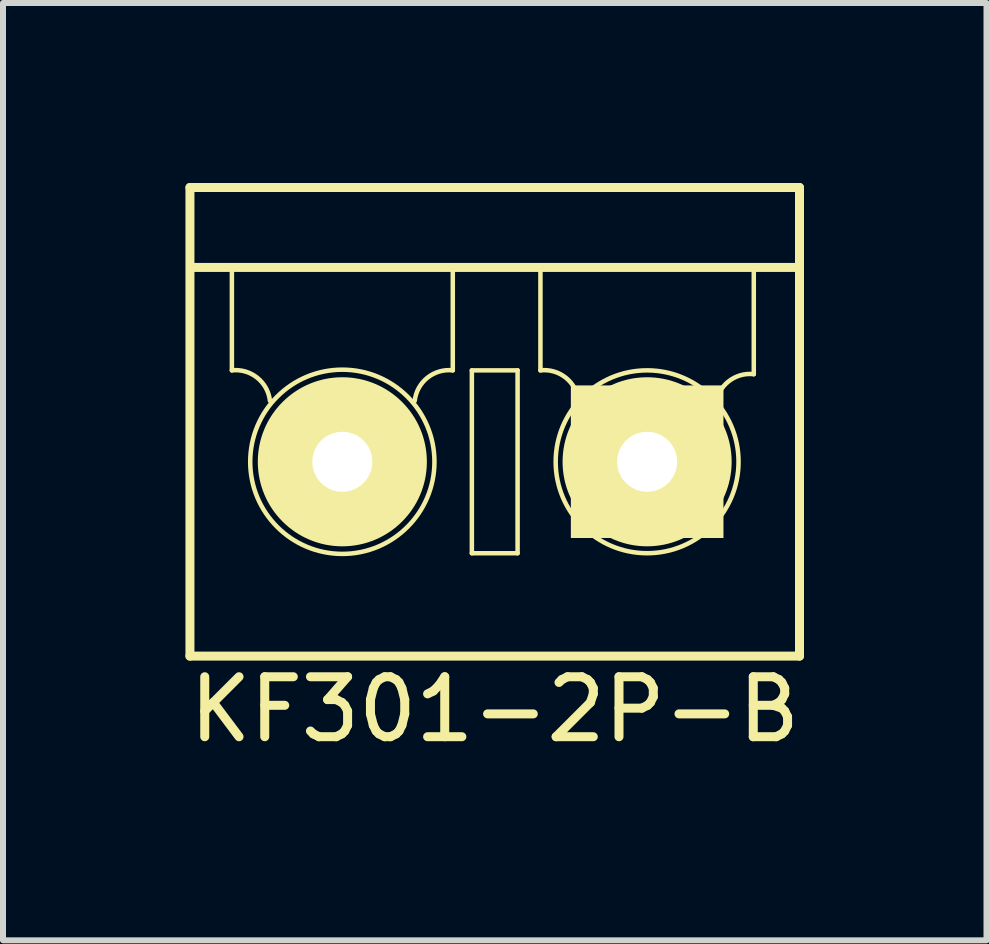
<source format=kicad_pcb>
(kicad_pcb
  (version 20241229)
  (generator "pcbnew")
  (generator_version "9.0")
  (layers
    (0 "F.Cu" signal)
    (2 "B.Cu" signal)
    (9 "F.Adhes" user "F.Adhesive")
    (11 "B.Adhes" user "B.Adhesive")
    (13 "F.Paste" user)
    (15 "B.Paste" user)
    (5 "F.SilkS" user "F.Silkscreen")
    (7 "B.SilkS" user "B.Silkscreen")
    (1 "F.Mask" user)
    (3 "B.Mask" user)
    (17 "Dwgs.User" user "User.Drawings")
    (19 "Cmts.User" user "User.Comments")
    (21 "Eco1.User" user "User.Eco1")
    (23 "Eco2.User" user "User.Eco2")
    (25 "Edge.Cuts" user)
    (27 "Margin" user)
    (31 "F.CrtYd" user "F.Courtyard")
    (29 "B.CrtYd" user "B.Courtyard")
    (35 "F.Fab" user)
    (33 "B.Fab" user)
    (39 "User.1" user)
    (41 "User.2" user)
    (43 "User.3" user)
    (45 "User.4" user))
  (footprint "KF301-2P-B"
    (layer "F.Cu")
    (at 5.196 4.647)
    (property "Reference" "KF301-2P-B" (at 0 4.128 0) (layer "F.SilkS") (effects (font (size 1 1) (thickness 0.15))))
    (attr through_hole)
    (fp_line (start -5.08 3.239) (end -5.08 -4.572) (stroke (width 0.15) (type solid)) (layer "F.SilkS"))
    (fp_line (start -5.08 3.239) (end 5.08 3.239) (stroke (width 0.15) (type solid)) (layer "F.SilkS"))
    (fp_line (start -5.016 -3.239) (end 5.08 -3.239) (stroke (width 0.15) (type solid)) (layer "F.SilkS"))
    (fp_line (start -4.381 -1.524) (end -4.381 -3.239) (stroke (width 0.075) (type solid)) (layer "F.SilkS"))
    (fp_line (start -3.175 -1.206) (end -1.397 0.572) (stroke (width 0.075) (type solid)) (layer "F.SilkS"))
    (fp_line (start -1.905 1.143) (end -3.747 -0.635) (stroke (width 0.075) (type solid)) (layer "F.SilkS"))
    (fp_line (start -0.699 -1.524) (end -0.699 -3.239) (stroke (width 0.075) (type solid)) (layer "F.SilkS"))
    (fp_line (start -0.381 -1.524) (end 0.381 -1.524) (stroke (width 0.075) (type solid)) (layer "F.SilkS"))
    (fp_line (start -0.381 1.524) (end -0.381 -1.524) (stroke (width 0.075) (type solid)) (layer "F.SilkS"))
    (fp_line (start 0.381 -1.524) (end 0.381 1.524) (stroke (width 0.075) (type solid)) (layer "F.SilkS"))
    (fp_line (start 0.381 1.524) (end -0.381 1.524) (stroke (width 0.075) (type solid)) (layer "F.SilkS"))
    (fp_line (start 0.762 -1.524) (end 0.762 -3.239) (stroke (width 0.075) (type solid)) (layer "F.SilkS"))
    (fp_line (start 1.905 -1.206) (end 3.683 0.572) (stroke (width 0.075) (type solid)) (layer "F.SilkS"))
    (fp_line (start 3.175 1.143) (end 1.333 -0.635) (stroke (width 0.075) (type solid)) (layer "F.SilkS"))
    (fp_line (start 4.318 -1.46) (end 4.318 -3.175) (stroke (width 0.075) (type solid)) (layer "F.SilkS"))
    (fp_line (start 5.08 -4.572) (end -5.08 -4.572) (stroke (width 0.15) (type solid)) (layer "F.SilkS"))
    (fp_line (start 5.08 -4.572) (end 5.08 3.239) (stroke (width 0.15) (type solid)) (layer "F.SilkS"))
    (fp_arc (start -4.3815 -1.524) (mid -3.95879 -1.401513) (end -3.7465 -1.016) (stroke (width 0.075) (type solid)) (layer "F.SilkS"))
    (fp_arc (start -1.3335 -1.016) (mid -1.12121 -1.401513) (end -0.6985 -1.524) (stroke (width 0.075) (type solid)) (layer "F.SilkS"))
    (fp_arc (start 0.762 -1.524) (mid 1.18471 -1.401513) (end 1.397 -1.016) (stroke (width 0.075) (type solid)) (layer "F.SilkS"))
    (fp_arc (start 3.683 -0.9525) (mid 3.89529 -1.338013) (end 4.318 -1.4605) (stroke (width 0.075) (type solid)) (layer "F.SilkS"))
    (fp_circle (center -2.54 0) (end -3.873 -0.762) (stroke (width 0.075) (type solid)) (fill no) (layer "F.SilkS"))
    (fp_circle (center -2.54 0) (end -1.206 0) (stroke (width 0.15) (type solid)) (fill no) (layer "F.SilkS"))
    (fp_circle (center 2.54 0) (end 1.016 0) (stroke (width 0.075) (type solid)) (fill no) (layer "F.SilkS"))
    (fp_circle (center 2.54 0) (end 1.206 0) (stroke (width 0.15) (type solid)) (fill no) (layer "F.SilkS"))
    (pad "1" thru_hole rect (at 2.54 0) (size 2.54 2.54) (drill 1) (layers "*.Cu" "*.Mask" "F.SilkS"))
    (pad "2" thru_hole circle (at -2.54 0) (size 2.54 2.54) (drill 1) (layers "*.Cu" "*.Mask" "F.SilkS")))
  (gr_rect
    (start -3 -3)
    (end 13.393 12.623)
    (stroke (width 0.1) (type default))
    (fill no)
    (layer "Edge.Cuts")))
</source>
